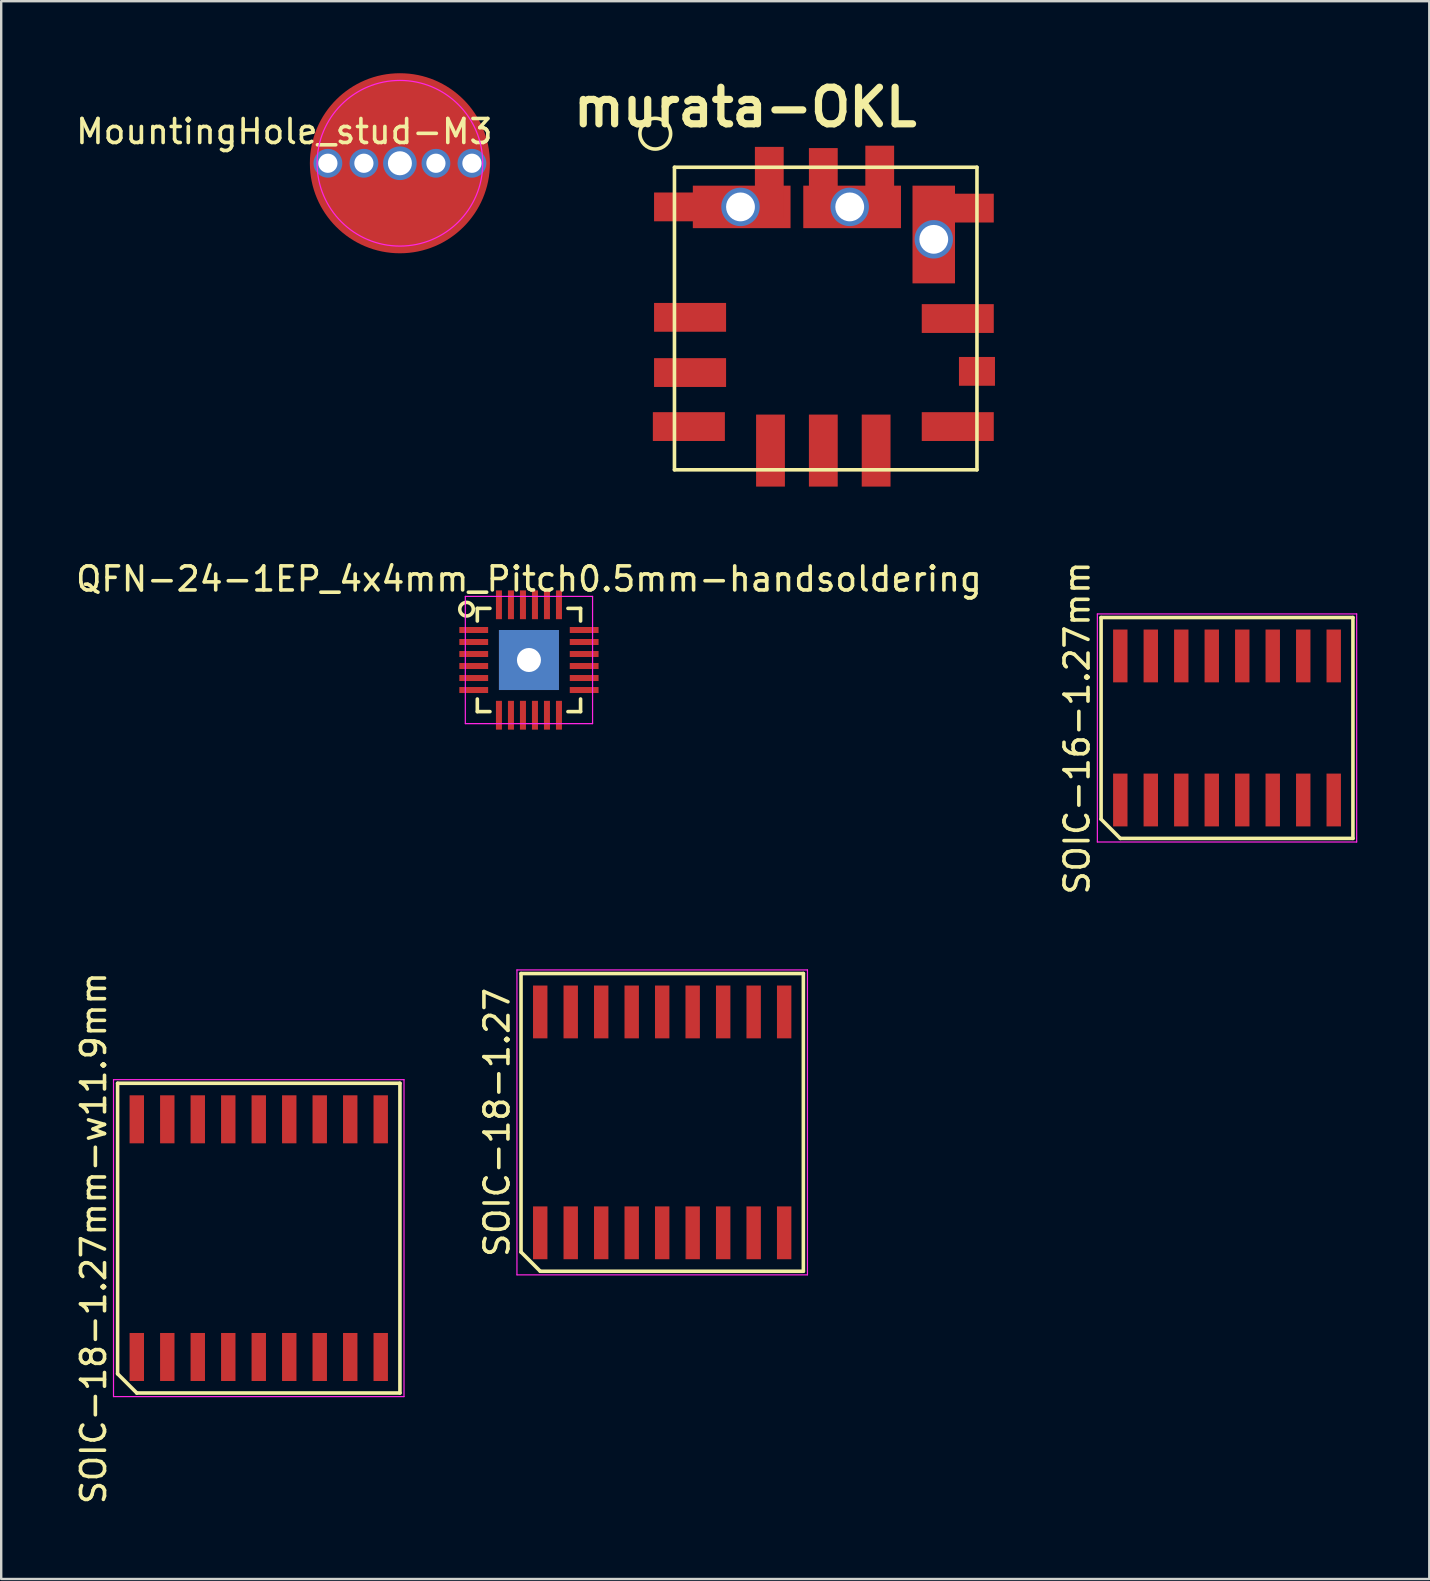
<source format=kicad_pcb>
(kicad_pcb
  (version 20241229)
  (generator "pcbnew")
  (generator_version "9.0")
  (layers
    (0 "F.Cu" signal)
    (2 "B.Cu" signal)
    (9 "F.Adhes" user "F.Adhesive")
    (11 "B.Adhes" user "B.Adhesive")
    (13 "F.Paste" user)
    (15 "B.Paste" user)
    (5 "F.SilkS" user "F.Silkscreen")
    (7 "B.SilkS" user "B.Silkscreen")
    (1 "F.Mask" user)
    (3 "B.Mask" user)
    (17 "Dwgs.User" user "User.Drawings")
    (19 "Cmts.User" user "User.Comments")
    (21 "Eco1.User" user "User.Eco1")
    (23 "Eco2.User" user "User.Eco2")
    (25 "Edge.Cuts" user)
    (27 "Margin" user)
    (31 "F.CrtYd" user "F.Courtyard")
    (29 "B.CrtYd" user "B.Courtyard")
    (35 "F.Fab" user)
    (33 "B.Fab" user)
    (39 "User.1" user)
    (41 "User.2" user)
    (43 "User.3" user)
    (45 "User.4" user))
  (footprint "QFN-24-1EP_4x4mm_Pitch0.5mm-handsoldering"
    (layer "F.Cu")
    (at 18.982 24.441)
    (property "Reference" "QFN-24-1EP_4x4mm_Pitch0.5mm-handsoldering" (at 0 -3.375 0) (layer "F.SilkS") (effects (font (size 1 1) (thickness 0.15))))
    (attr smd)
    (fp_line (start -2.15 -2.15) (end -2.15 -1.625) (stroke (width 0.15) (type solid)) (layer "F.SilkS"))
    (fp_line (start -2.15 -2.15) (end -1.625 -2.15) (stroke (width 0.15) (type solid)) (layer "F.SilkS"))
    (fp_line (start -2.15 2.15) (end -2.15 1.625) (stroke (width 0.15) (type solid)) (layer "F.SilkS"))
    (fp_line (start -2.15 2.15) (end -1.625 2.15) (stroke (width 0.15) (type solid)) (layer "F.SilkS"))
    (fp_line (start 2.15 -2.15) (end 1.625 -2.15) (stroke (width 0.15) (type solid)) (layer "F.SilkS"))
    (fp_line (start 2.15 -2.15) (end 2.15 -1.625) (stroke (width 0.15) (type solid)) (layer "F.SilkS"))
    (fp_line (start 2.15 2.15) (end 1.625 2.15) (stroke (width 0.15) (type solid)) (layer "F.SilkS"))
    (fp_line (start 2.15 2.15) (end 2.15 1.625) (stroke (width 0.15) (type solid)) (layer "F.SilkS"))
    (fp_circle (center -2.6 -2.117) (end -2.4 -1.917) (stroke (width 0.15) (type solid)) (fill no) (layer "F.SilkS"))
    (fp_line (start -2.65 -2.65) (end -2.65 2.65) (stroke (width 0.05) (type solid)) (layer "F.CrtYd"))
    (fp_line (start -2.65 -2.65) (end 2.65 -2.65) (stroke (width 0.05) (type solid)) (layer "F.CrtYd"))
    (fp_line (start -2.65 2.65) (end 2.65 2.65) (stroke (width 0.05) (type solid)) (layer "F.CrtYd"))
    (fp_line (start 2.65 -2.65) (end 2.65 2.65) (stroke (width 0.05) (type solid)) (layer "F.CrtYd"))
    (pad "1" smd rect (at -2.3 -1.25) (size 1.2 0.25) (layers "F.Cu" "F.Mask" "F.Paste"))
    (pad "2" smd rect (at -2.3 -0.75) (size 1.2 0.25) (layers "F.Cu" "F.Mask" "F.Paste"))
    (pad "3" smd rect (at -2.3 -0.25) (size 1.2 0.25) (layers "F.Cu" "F.Mask" "F.Paste"))
    (pad "4" smd rect (at -2.3 0.25) (size 1.2 0.25) (layers "F.Cu" "F.Mask" "F.Paste"))
    (pad "5" smd rect (at -2.3 0.75) (size 1.2 0.25) (layers "F.Cu" "F.Mask" "F.Paste"))
    (pad "6" smd rect (at -2.3 1.25) (size 1.2 0.25) (layers "F.Cu" "F.Mask" "F.Paste"))
    (pad "7" smd rect (at -1.25 2.3 90) (size 1.2 0.25) (layers "F.Cu" "F.Mask" "F.Paste"))
    (pad "8" smd rect (at -0.75 2.3 90) (size 1.2 0.25) (layers "F.Cu" "F.Mask" "F.Paste"))
    (pad "9" smd rect (at -0.25 2.3 90) (size 1.2 0.25) (layers "F.Cu" "F.Mask" "F.Paste"))
    (pad "10" smd rect (at 0.25 2.3 90) (size 1.2 0.25) (layers "F.Cu" "F.Mask" "F.Paste"))
    (pad "11" smd rect (at 0.75 2.3 90) (size 1.2 0.25) (layers "F.Cu" "F.Mask" "F.Paste"))
    (pad "12" smd rect (at 1.25 2.3 90) (size 1.2 0.25) (layers "F.Cu" "F.Mask" "F.Paste"))
    (pad "13" smd rect (at 2.3 1.25) (size 1.2 0.25) (layers "F.Cu" "F.Mask" "F.Paste"))
    (pad "14" smd rect (at 2.3 0.75) (size 1.2 0.25) (layers "F.Cu" "F.Mask" "F.Paste"))
    (pad "15" smd rect (at 2.3 0.25) (size 1.2 0.25) (layers "F.Cu" "F.Mask" "F.Paste"))
    (pad "16" smd rect (at 2.3 -0.25) (size 1.2 0.25) (layers "F.Cu" "F.Mask" "F.Paste"))
    (pad "17" smd rect (at 2.3 -0.75) (size 1.2 0.25) (layers "F.Cu" "F.Mask" "F.Paste"))
    (pad "18" smd rect (at 2.3 -1.25) (size 1.2 0.25) (layers "F.Cu" "F.Mask" "F.Paste"))
    (pad "19" smd rect (at 1.25 -2.3 90) (size 1.2 0.25) (layers "F.Cu" "F.Mask" "F.Paste"))
    (pad "20" smd rect (at 0.75 -2.3 90) (size 1.2 0.25) (layers "F.Cu" "F.Mask" "F.Paste"))
    (pad "21" smd rect (at 0.25 -2.3 90) (size 1.2 0.25) (layers "F.Cu" "F.Mask" "F.Paste"))
    (pad "22" smd rect (at -0.25 -2.3 90) (size 1.2 0.25) (layers "F.Cu" "F.Mask" "F.Paste"))
    (pad "23" smd rect (at -0.75 -2.3 90) (size 1.2 0.25) (layers "F.Cu" "F.Mask" "F.Paste"))
    (pad "24" smd rect (at -1.25 -2.3 90) (size 1.2 0.25) (layers "F.Cu" "F.Mask" "F.Paste"))
    (pad "25" thru_hole rect (at 0 0) (size 2.5 2.5) (drill 1) (layers "*.Cu" "*.Mask")))
  (footprint "SOIC-18-1.27"
    (layer "F.Cu")
    (at 24.532 43.7)
    (property "Reference" "SOIC-18-1.27" (at -6.88 0 90) (layer "F.SilkS") (effects (font (size 1 1) (thickness 0.15))))
    (attr smd)
    (fp_line (start -5.88 -6.2) (end 5.88 -6.2) (stroke (width 0.15) (type solid)) (layer "F.SilkS"))
    (fp_line (start -5.88 5.4) (end -5.88 -6.2) (stroke (width 0.15) (type solid)) (layer "F.SilkS"))
    (fp_line (start -5.08 6.2) (end -5.88 5.4) (stroke (width 0.15) (type solid)) (layer "F.SilkS"))
    (fp_line (start 5.88 -6.2) (end 5.88 6.2) (stroke (width 0.15) (type solid)) (layer "F.SilkS"))
    (fp_line (start 5.88 6.2) (end -5.08 6.2) (stroke (width 0.15) (type solid)) (layer "F.SilkS"))
    (fp_line (start -6.05 -6.35) (end 6.05 -6.35) (stroke (width 0.05) (type solid)) (layer "F.CrtYd"))
    (fp_line (start -6.05 6.35) (end -6.05 -6.35) (stroke (width 0.05) (type solid)) (layer "F.CrtYd"))
    (fp_line (start 6.05 -6.35) (end 6.05 6.35) (stroke (width 0.05) (type solid)) (layer "F.CrtYd"))
    (fp_line (start 6.05 6.35) (end -6.05 6.35) (stroke (width 0.05) (type solid)) (layer "F.CrtYd"))
    (pad "1" smd rect (at -5.08 4.6) (size 0.6 2.2) (layers "F.Cu" "F.Mask" "F.Paste"))
    (pad "2" smd rect (at -3.81 4.6) (size 0.6 2.2) (layers "F.Cu" "F.Mask" "F.Paste"))
    (pad "3" smd rect (at -2.54 4.6) (size 0.6 2.2) (layers "F.Cu" "F.Mask" "F.Paste"))
    (pad "4" smd rect (at -1.27 4.6) (size 0.6 2.2) (layers "F.Cu" "F.Mask" "F.Paste"))
    (pad "5" smd rect (at 0 4.6) (size 0.6 2.2) (layers "F.Cu" "F.Mask" "F.Paste"))
    (pad "6" smd rect (at 1.27 4.6) (size 0.6 2.2) (layers "F.Cu" "F.Mask" "F.Paste"))
    (pad "7" smd rect (at 2.54 4.6) (size 0.6 2.2) (layers "F.Cu" "F.Mask" "F.Paste"))
    (pad "8" smd rect (at 3.81 4.6) (size 0.6 2.2) (layers "F.Cu" "F.Mask" "F.Paste"))
    (pad "9" smd rect (at 5.08 4.6) (size 0.6 2.2) (layers "F.Cu" "F.Mask" "F.Paste"))
    (pad "10" smd rect (at 5.08 -4.6) (size 0.6 2.2) (layers "F.Cu" "F.Mask" "F.Paste"))
    (pad "11" smd rect (at 3.81 -4.6) (size 0.6 2.2) (layers "F.Cu" "F.Mask" "F.Paste"))
    (pad "12" smd rect (at 2.54 -4.6) (size 0.6 2.2) (layers "F.Cu" "F.Mask" "F.Paste"))
    (pad "13" smd rect (at 1.27 -4.6) (size 0.6 2.2) (layers "F.Cu" "F.Mask" "F.Paste"))
    (pad "14" smd rect (at 0 -4.6) (size 0.6 2.2) (layers "F.Cu" "F.Mask" "F.Paste"))
    (pad "15" smd rect (at -1.27 -4.6) (size 0.6 2.2) (layers "F.Cu" "F.Mask" "F.Paste"))
    (pad "16" smd rect (at -2.54 -4.6) (size 0.6 2.2) (layers "F.Cu" "F.Mask" "F.Paste"))
    (pad "17" smd rect (at -3.81 -4.6) (size 0.6 2.2) (layers "F.Cu" "F.Mask" "F.Paste"))
    (pad "18" smd rect (at -5.08 -4.6) (size 0.6 2.2) (layers "F.Cu" "F.Mask" "F.Paste")))
  (footprint "SOIC-16-1.27mm"
    (layer "F.Cu")
    (at 48.058 27.272)
    (property "Reference" "SOIC-16-1.27mm" (at -6.245 0 90) (layer "F.SilkS") (effects (font (size 1 1) (thickness 0.15))))
    (attr smd)
    (fp_line (start -5.245 -4.6) (end 5.245 -4.6) (stroke (width 0.15) (type solid)) (layer "F.SilkS"))
    (fp_line (start -5.245 3.8) (end -5.245 -4.6) (stroke (width 0.15) (type solid)) (layer "F.SilkS"))
    (fp_line (start -4.445 4.6) (end -5.245 3.8) (stroke (width 0.15) (type solid)) (layer "F.SilkS"))
    (fp_line (start 5.245 -4.6) (end 5.245 4.6) (stroke (width 0.15) (type solid)) (layer "F.SilkS"))
    (fp_line (start 5.245 4.6) (end -4.445 4.6) (stroke (width 0.15) (type solid)) (layer "F.SilkS"))
    (fp_line (start -5.4 -4.75) (end 5.4 -4.75) (stroke (width 0.05) (type solid)) (layer "F.CrtYd"))
    (fp_line (start -5.4 4.75) (end -5.4 -4.75) (stroke (width 0.05) (type solid)) (layer "F.CrtYd"))
    (fp_line (start 5.4 -4.75) (end 5.4 4.75) (stroke (width 0.05) (type solid)) (layer "F.CrtYd"))
    (fp_line (start 5.4 4.75) (end -5.4 4.75) (stroke (width 0.05) (type solid)) (layer "F.CrtYd"))
    (pad "1" smd rect (at -4.445 3) (size 0.6 2.2) (layers "F.Cu" "F.Mask" "F.Paste"))
    (pad "2" smd rect (at -3.175 3) (size 0.6 2.2) (layers "F.Cu" "F.Mask" "F.Paste"))
    (pad "3" smd rect (at -1.905 3) (size 0.6 2.2) (layers "F.Cu" "F.Mask" "F.Paste"))
    (pad "4" smd rect (at -0.635 3) (size 0.6 2.2) (layers "F.Cu" "F.Mask" "F.Paste"))
    (pad "5" smd rect (at 0.635 3) (size 0.6 2.2) (layers "F.Cu" "F.Mask" "F.Paste"))
    (pad "6" smd rect (at 1.905 3) (size 0.6 2.2) (layers "F.Cu" "F.Mask" "F.Paste"))
    (pad "7" smd rect (at 3.175 3) (size 0.6 2.2) (layers "F.Cu" "F.Mask" "F.Paste"))
    (pad "8" smd rect (at 4.445 3) (size 0.6 2.2) (layers "F.Cu" "F.Mask" "F.Paste"))
    (pad "9" smd rect (at 4.445 -3) (size 0.6 2.2) (layers "F.Cu" "F.Mask" "F.Paste"))
    (pad "10" smd rect (at 3.175 -3) (size 0.6 2.2) (layers "F.Cu" "F.Mask" "F.Paste"))
    (pad "11" smd rect (at 1.905 -3) (size 0.6 2.2) (layers "F.Cu" "F.Mask" "F.Paste"))
    (pad "12" smd rect (at 0.635 -3) (size 0.6 2.2) (layers "F.Cu" "F.Mask" "F.Paste"))
    (pad "13" smd rect (at -0.635 -3) (size 0.6 2.2) (layers "F.Cu" "F.Mask" "F.Paste"))
    (pad "14" smd rect (at -1.905 -3) (size 0.6 2.2) (layers "F.Cu" "F.Mask" "F.Paste"))
    (pad "15" smd rect (at -3.175 -3) (size 0.6 2.2) (layers "F.Cu" "F.Mask" "F.Paste"))
    (pad "16" smd rect (at -4.445 -3) (size 0.6 2.2) (layers "F.Cu" "F.Mask" "F.Paste")))
  (footprint "SOIC-18-1.27mm-w11.9mm"
    (layer "F.Cu")
    (at 7.728 48.522)
    (property "Reference" "SOIC-18-1.27mm-w11.9mm" (at -6.88 0 90) (layer "F.SilkS") (effects (font (size 1 1) (thickness 0.15))))
    (attr smd)
    (fp_line (start -5.88 -6.45) (end 5.88 -6.45) (stroke (width 0.15) (type solid)) (layer "F.SilkS"))
    (fp_line (start -5.88 5.65) (end -5.88 -6.45) (stroke (width 0.15) (type solid)) (layer "F.SilkS"))
    (fp_line (start -5.08 6.45) (end -5.88 5.65) (stroke (width 0.15) (type solid)) (layer "F.SilkS"))
    (fp_line (start 5.88 -6.45) (end 5.88 6.45) (stroke (width 0.15) (type solid)) (layer "F.SilkS"))
    (fp_line (start 5.88 6.45) (end -5.08 6.45) (stroke (width 0.15) (type solid)) (layer "F.SilkS"))
    (fp_line (start -6.05 -6.6) (end 6.05 -6.6) (stroke (width 0.05) (type solid)) (layer "F.CrtYd"))
    (fp_line (start -6.05 6.6) (end -6.05 -6.6) (stroke (width 0.05) (type solid)) (layer "F.CrtYd"))
    (fp_line (start 6.05 -6.6) (end 6.05 6.6) (stroke (width 0.05) (type solid)) (layer "F.CrtYd"))
    (fp_line (start 6.05 6.6) (end -6.05 6.6) (stroke (width 0.05) (type solid)) (layer "F.CrtYd"))
    (pad "1" smd rect (at -5.08 4.95) (size 0.6 2) (layers "F.Cu" "F.Mask" "F.Paste"))
    (pad "2" smd rect (at -3.81 4.95) (size 0.6 2) (layers "F.Cu" "F.Mask" "F.Paste"))
    (pad "3" smd rect (at -2.54 4.95) (size 0.6 2) (layers "F.Cu" "F.Mask" "F.Paste"))
    (pad "4" smd rect (at -1.27 4.95) (size 0.6 2) (layers "F.Cu" "F.Mask" "F.Paste"))
    (pad "5" smd rect (at 0 4.95) (size 0.6 2) (layers "F.Cu" "F.Mask" "F.Paste"))
    (pad "6" smd rect (at 1.27 4.95) (size 0.6 2) (layers "F.Cu" "F.Mask" "F.Paste"))
    (pad "7" smd rect (at 2.54 4.95) (size 0.6 2) (layers "F.Cu" "F.Mask" "F.Paste"))
    (pad "8" smd rect (at 3.81 4.95) (size 0.6 2) (layers "F.Cu" "F.Mask" "F.Paste"))
    (pad "9" smd rect (at 5.08 4.95) (size 0.6 2) (layers "F.Cu" "F.Mask" "F.Paste"))
    (pad "10" smd rect (at 5.08 -4.95) (size 0.6 2) (layers "F.Cu" "F.Mask" "F.Paste"))
    (pad "11" smd rect (at 3.81 -4.95) (size 0.6 2) (layers "F.Cu" "F.Mask" "F.Paste"))
    (pad "12" smd rect (at 2.54 -4.95) (size 0.6 2) (layers "F.Cu" "F.Mask" "F.Paste"))
    (pad "13" smd rect (at 1.27 -4.95) (size 0.6 2) (layers "F.Cu" "F.Mask" "F.Paste"))
    (pad "14" smd rect (at 0 -4.95) (size 0.6 2) (layers "F.Cu" "F.Mask" "F.Paste"))
    (pad "15" smd rect (at -1.27 -4.95) (size 0.6 2) (layers "F.Cu" "F.Mask" "F.Paste"))
    (pad "16" smd rect (at -2.54 -4.95) (size 0.6 2) (layers "F.Cu" "F.Mask" "F.Paste"))
    (pad "17" smd rect (at -3.81 -4.95) (size 0.6 2) (layers "F.Cu" "F.Mask" "F.Paste"))
    (pad "18" smd rect (at -5.08 -4.95) (size 0.6 2) (layers "F.Cu" "F.Mask" "F.Paste")))
  (footprint "MountingHole_stud-M3"
    (layer "F.Cu")
    (at 13.607 3.75)
    (property "Reference" "MountingHole_stud-M3" (at -4.815 -1.32 0) (layer "F.SilkS") (effects (font (size 1 1) (thickness 0.15))))
    (attr through_hole)
    (fp_circle (center 0 0) (end 3.45 0) (stroke (width 0.05) (type solid)) (fill no) (layer "F.CrtYd"))
    (pad "1" thru_hole circle (at -3 0 90) (size 1.2 1.2) (drill 0.8) (layers "*.Cu" "F.Mask"))
    (pad "1" thru_hole circle (at -1.5 0 90) (size 1.2 1.2) (drill 0.8) (layers "*.Cu" "F.Mask"))
    (pad "1" thru_hole circle (at 0 0 90) (size 1.4 1.4) (drill 1) (layers "*.Cu" "F.Mask"))
    (pad "1" smd circle (at 0 0) (size 7.5 7.5) (layers "F.Cu" "F.Mask" "F.Paste"))
    (pad "1" thru_hole circle (at 1.5 0 90) (size 1.2 1.2) (drill 0.8) (layers "*.Cu" "F.Mask"))
    (pad "1" thru_hole circle (at 3 0 90) (size 1.2 1.2) (drill 0.8) (layers "*.Cu" "F.Mask")))
  (footprint "murata-OKL"
    (layer "F.Cu")
    (at 31.443 10.218)
    (property "Reference" "murata-OKL" (at -3.45 -8.8 0) (layer "F.SilkS") (effects (font (size 1.524 1.524) (thickness 0.3))))
    (attr through_hole)
    (fp_line (start -6.4 -6.3) (end 6.2 -6.3) (stroke (width 0.15) (type solid)) (layer "F.SilkS"))
    (fp_line (start -6.4 6.3) (end -6.4 -6.3) (stroke (width 0.15) (type solid)) (layer "F.SilkS"))
    (fp_line (start 6.2 -6.3) (end 6.2 6.3) (stroke (width 0.15) (type solid)) (layer "F.SilkS"))
    (fp_line (start 6.2 6.3) (end -6.4 6.3) (stroke (width 0.15) (type solid)) (layer "F.SilkS"))
    (fp_circle (center -7.2 -7.7) (end -6.7 -7.3) (stroke (width 0.15) (type solid)) (fill no) (layer "F.SilkS"))
    (pad "1" smd rect (at -5.75 -0.05 180) (size 3 1.2) (layers "F.Cu" "F.Mask" "F.Paste"))
    (pad "2" smd rect (at -5.75 -4.65 180) (size 3 1.2) (layers "F.Cu" "F.Mask" "F.Paste"))
    (pad "2" thru_hole circle (at -3.65 -4.65) (size 1.6 1.6) (drill 1.2) (layers "*.Cu" "*.Mask"))
    (pad "2" smd rect (at -3.6 -4.65 90) (size 1.77 4.07) (layers "F.Cu" "F.Mask" "F.Paste"))
    (pad "2" smd rect (at -2.45 -5.65 270) (size 3 1.2) (layers "F.Cu" "F.Mask" "F.Paste"))
    (pad "3" smd rect (at -0.2 -5.6 270) (size 3 1.2) (layers "F.Cu" "F.Mask" "F.Paste"))
    (pad "3" thru_hole circle (at 0.9 -4.65) (size 1.6 1.6) (drill 1.2) (layers "*.Cu" "*.Mask"))
    (pad "3" smd rect (at 1 -4.65 90) (size 1.77 4.07) (layers "F.Cu" "F.Mask" "F.Paste"))
    (pad "3" smd rect (at 2.15 -5.7 270) (size 3 1.2) (layers "F.Cu" "F.Mask" "F.Paste"))
    (pad "4" smd rect (at 4.4 -3.5) (size 1.77 4.07) (layers "F.Cu" "F.Mask" "F.Paste"))
    (pad "4" thru_hole circle (at 4.4 -3.3) (size 1.6 1.6) (drill 1.2) (layers "*.Cu" "*.Mask"))
    (pad "4" smd rect (at 5.4 -4.6) (size 3 1.2) (layers "F.Cu" "F.Mask" "F.Paste"))
    (pad "5" smd rect (at 5.4 0) (size 3 1.2) (layers "F.Cu" "F.Mask" "F.Paste"))
    (pad "6" smd rect (at 5.4 4.5) (size 3 1.2) (layers "F.Cu" "F.Mask" "F.Paste"))
    (pad "7" smd rect (at -0.2 5.5 90) (size 3 1.2) (layers "F.Cu" "F.Mask" "F.Paste"))
    (pad "8" smd rect (at -2.4 5.5 90) (size 3 1.2) (layers "F.Cu" "F.Mask" "F.Paste"))
    (pad "9" smd rect (at -5.8 4.5 180) (size 3 1.2) (layers "F.Cu" "F.Mask" "F.Paste"))
    (pad "10" smd rect (at -5.75 2.25 180) (size 3 1.2) (layers "F.Cu" "F.Mask" "F.Paste"))
    (pad "11" smd rect (at 6.2 2.2) (size 1.5 1.2) (layers "F.Cu" "F.Mask" "F.Paste"))
    (pad "12" smd rect (at 2 5.5 90) (size 3 1.2) (layers "F.Cu" "F.Mask" "F.Paste")))
  (gr_rect
    (start -3 -3)
    (end 56.483 62.718)
    (stroke (width 0.1) (type default))
    (fill no)
    (layer "Edge.Cuts")))
</source>
